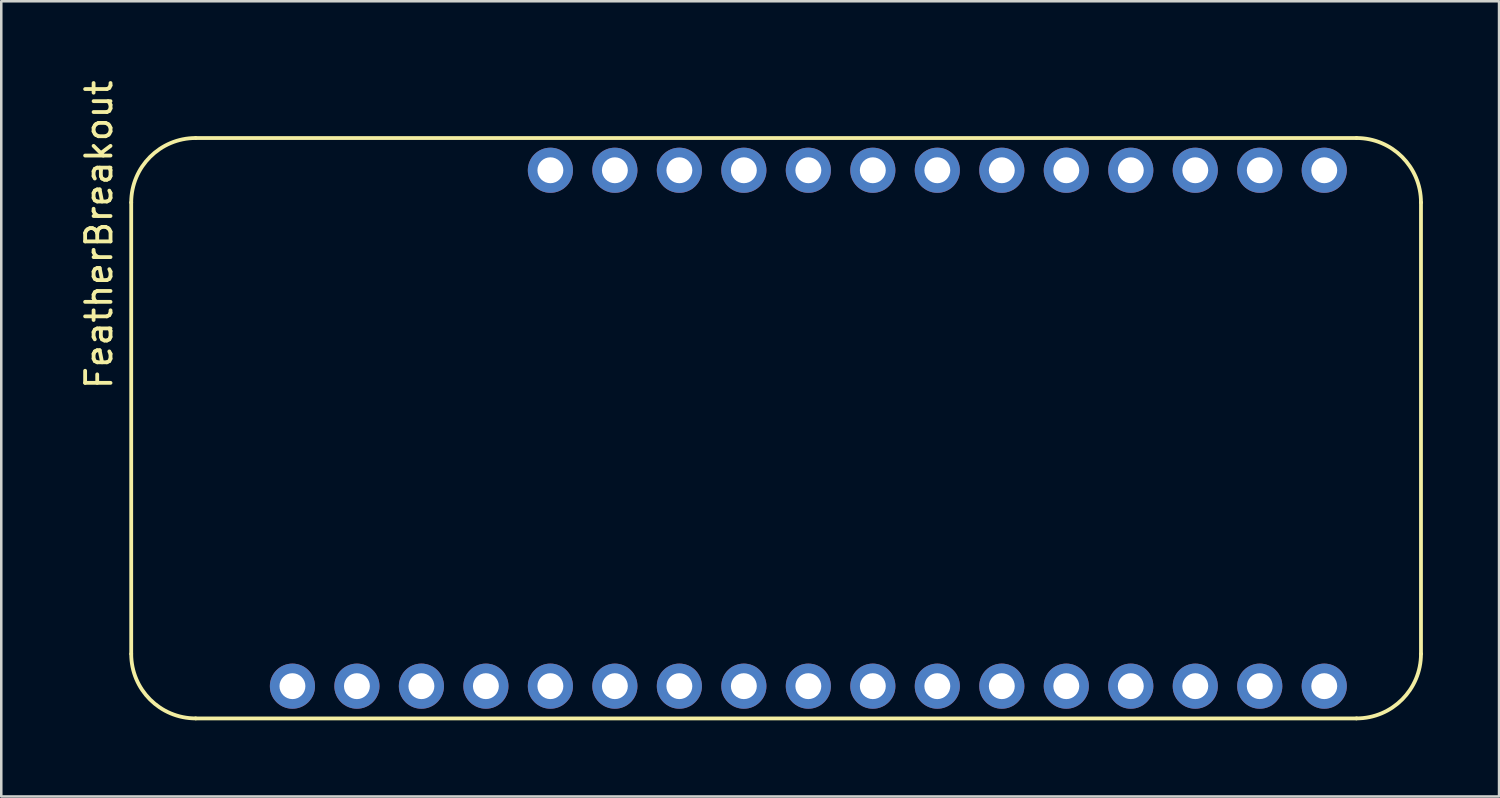
<source format=kicad_pcb>
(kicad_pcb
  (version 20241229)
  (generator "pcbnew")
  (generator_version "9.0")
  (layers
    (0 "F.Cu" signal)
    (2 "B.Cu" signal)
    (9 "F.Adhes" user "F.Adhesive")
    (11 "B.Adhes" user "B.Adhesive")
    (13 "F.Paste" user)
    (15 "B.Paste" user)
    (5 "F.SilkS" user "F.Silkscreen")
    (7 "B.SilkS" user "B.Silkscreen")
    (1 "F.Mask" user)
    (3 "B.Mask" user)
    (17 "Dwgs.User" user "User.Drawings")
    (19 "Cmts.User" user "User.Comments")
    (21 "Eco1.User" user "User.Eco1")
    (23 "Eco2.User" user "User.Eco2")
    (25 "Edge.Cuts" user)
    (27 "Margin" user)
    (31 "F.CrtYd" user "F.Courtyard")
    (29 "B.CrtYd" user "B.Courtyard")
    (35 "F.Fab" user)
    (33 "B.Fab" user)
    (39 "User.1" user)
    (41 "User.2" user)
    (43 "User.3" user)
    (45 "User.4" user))
  (footprint "FeatherBreakout"
    (layer "F.Cu")
    (at 27.518 13.816)
    (property "Reference" "FeatherBreakout" (at -26.67 -7.62 90) (layer "F.SilkS") (effects (font (size 1 1) (thickness 0.15))))
    (attr through_hole)
    (fp_line (start -25.4 8.89) (end -25.4 -8.89) (stroke (width 0.15) (type solid)) (layer "F.SilkS"))
    (fp_line (start -22.86 -11.43) (end 22.86 -11.43) (stroke (width 0.15) (type solid)) (layer "F.SilkS"))
    (fp_line (start 22.86 11.43) (end -22.86 11.43) (stroke (width 0.15) (type solid)) (layer "F.SilkS"))
    (fp_line (start 25.4 -8.89) (end 25.4 8.89) (stroke (width 0.15) (type solid)) (layer "F.SilkS"))
    (fp_arc (start -25.4 -8.89) (mid -24.656051 -10.686051) (end -22.86 -11.43) (stroke (width 0.15) (type solid)) (layer "F.SilkS"))
    (fp_arc (start -22.86 11.43) (mid -24.656051 10.686051) (end -25.4 8.89) (stroke (width 0.15) (type solid)) (layer "F.SilkS"))
    (fp_arc (start 22.86 -11.43) (mid 24.656051 -10.686051) (end 25.4 -8.89) (stroke (width 0.15) (type solid)) (layer "F.SilkS"))
    (fp_arc (start 25.4 8.89) (mid 24.656051 10.686051) (end 22.86 11.43) (stroke (width 0.15) (type solid)) (layer "F.SilkS"))
    (fp_line (start -25.4 -3.81) (end -19.05 -3.81) (stroke (width 0.15) (type solid)) (layer "Eco2.User"))
    (fp_line (start -19.05 -3.81) (end -19.05 3.81) (stroke (width 0.15) (type solid)) (layer "Eco2.User"))
    (fp_line (start -19.05 3.81) (end -25.4 3.81) (stroke (width 0.15) (type solid)) (layer "Eco2.User"))
    (fp_line (start -17.272 -11.176) (end -17.272 -9.144) (stroke (width 0.15) (type solid)) (layer "Eco2.User"))
    (fp_line (start -17.272 -9.144) (end -12.192 -9.144) (stroke (width 0.15) (type solid)) (layer "Eco2.User"))
    (fp_line (start -12.192 -11.176) (end -17.272 -11.176) (stroke (width 0.15) (type solid)) (layer "Eco2.User"))
    (fp_line (start -12.192 -9.144) (end -12.192 -11.176) (stroke (width 0.15) (type solid)) (layer "Eco2.User"))
    (fp_circle (center -22.86 -8.89) (end -22.86 -10.795) (stroke (width 0.15) (type solid)) (fill no) (layer "Eco2.User"))
    (fp_circle (center -22.86 8.89) (end -22.86 10.795) (stroke (width 0.15) (type solid)) (fill no) (layer "Eco2.User"))
    (pad "1" thru_hole circle (at -8.89 -10.16) (size 1.778 1.778) (drill 1.02) (layers "*.Cu" "*.Mask"))
    (pad "2" thru_hole circle (at -6.35 -10.16) (size 1.778 1.778) (drill 1.02) (layers "*.Cu" "*.Mask"))
    (pad "3" thru_hole circle (at -3.81 -10.16) (size 1.778 1.778) (drill 1.02) (layers "*.Cu" "*.Mask"))
    (pad "4" thru_hole circle (at -1.27 -10.16) (size 1.778 1.778) (drill 1.02) (layers "*.Cu" "*.Mask"))
    (pad "5" thru_hole circle (at 1.27 -10.16) (size 1.778 1.778) (drill 1.02) (layers "*.Cu" "*.Mask"))
    (pad "6" thru_hole circle (at 3.81 -10.16) (size 1.778 1.778) (drill 1.02) (layers "*.Cu" "*.Mask"))
    (pad "7" thru_hole circle (at 6.35 -10.16) (size 1.778 1.778) (drill 1.02) (layers "*.Cu" "*.Mask"))
    (pad "8" thru_hole circle (at 8.89 -10.16) (size 1.778 1.778) (drill 1.02) (layers "*.Cu" "*.Mask"))
    (pad "9" thru_hole circle (at 11.43 -10.16) (size 1.778 1.778) (drill 1.02) (layers "*.Cu" "*.Mask"))
    (pad "10" thru_hole circle (at 13.97 -10.16) (size 1.778 1.778) (drill 1.02) (layers "*.Cu" "*.Mask"))
    (pad "11" thru_hole circle (at 16.51 -10.16) (size 1.778 1.778) (drill 1.02) (layers "*.Cu" "*.Mask"))
    (pad "12" thru_hole circle (at 19.05 -10.16) (size 1.778 1.778) (drill 1.02) (layers "*.Cu" "*.Mask"))
    (pad "13" thru_hole circle (at 19.05 10.16) (size 1.778 1.778) (drill 1.02) (layers "*.Cu" "*.Mask"))
    (pad "14" thru_hole circle (at 16.51 10.16) (size 1.778 1.778) (drill 1.02) (layers "*.Cu" "*.Mask"))
    (pad "15" thru_hole circle (at 13.97 10.16) (size 1.778 1.778) (drill 1.02) (layers "*.Cu" "*.Mask"))
    (pad "16" thru_hole circle (at 11.43 10.16) (size 1.778 1.778) (drill 1.02) (layers "*.Cu" "*.Mask"))
    (pad "17" thru_hole circle (at 8.89 10.16) (size 1.778 1.778) (drill 1.02) (layers "*.Cu" "*.Mask"))
    (pad "18" thru_hole circle (at 6.35 10.16) (size 1.778 1.778) (drill 1.02) (layers "*.Cu" "*.Mask"))
    (pad "19" thru_hole circle (at 3.81 10.16) (size 1.778 1.778) (drill 1.02) (layers "*.Cu" "*.Mask"))
    (pad "20" thru_hole circle (at 1.27 10.16) (size 1.778 1.778) (drill 1.02) (layers "*.Cu" "*.Mask"))
    (pad "21" thru_hole circle (at -1.27 10.16) (size 1.778 1.778) (drill 1.02) (layers "*.Cu" "*.Mask"))
    (pad "22" thru_hole circle (at -3.81 10.16) (size 1.778 1.778) (drill 1.02) (layers "*.Cu" "*.Mask"))
    (pad "23" thru_hole circle (at -6.35 10.16) (size 1.778 1.778) (drill 1.02) (layers "*.Cu" "*.Mask"))
    (pad "24" thru_hole circle (at -8.89 10.16) (size 1.778 1.778) (drill 1.02) (layers "*.Cu" "*.Mask"))
    (pad "25" thru_hole circle (at -11.43 10.16) (size 1.778 1.778) (drill 1.02) (layers "*.Cu" "*.Mask"))
    (pad "26" thru_hole circle (at -13.97 10.16) (size 1.778 1.778) (drill 1.02) (layers "*.Cu" "*.Mask"))
    (pad "27" thru_hole circle (at -16.51 10.16) (size 1.778 1.778) (drill 1.02) (layers "*.Cu" "*.Mask"))
    (pad "28" thru_hole circle (at -19.05 10.16) (size 1.778 1.778) (drill 1.02) (layers "*.Cu" "*.Mask"))
    (pad "29" thru_hole circle (at 21.59 -10.16) (size 1.778 1.778) (drill 1.02) (layers "*.Cu" "*.Mask"))
    (pad "30" thru_hole circle (at 21.59 10.16) (size 1.778 1.778) (drill 1.02) (layers "*.Cu" "*.Mask")))
  (gr_rect
    (start -3 -3)
    (end 55.993 28.321)
    (stroke (width 0.1) (type default))
    (fill no)
    (layer "Edge.Cuts")))
</source>
